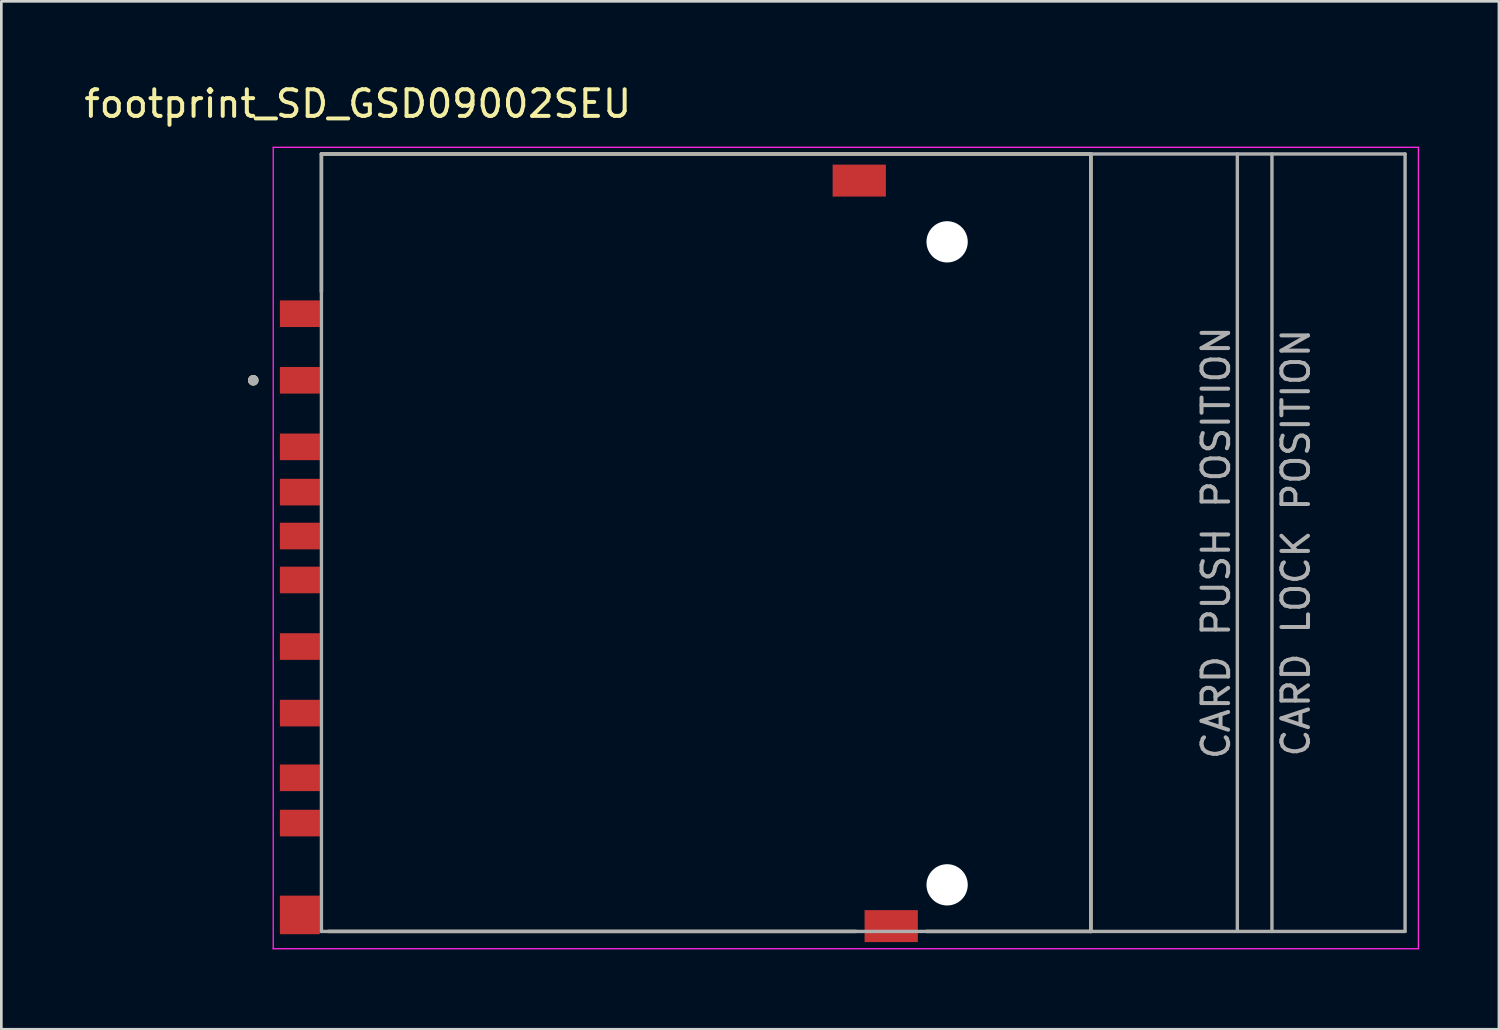
<source format=kicad_pcb>
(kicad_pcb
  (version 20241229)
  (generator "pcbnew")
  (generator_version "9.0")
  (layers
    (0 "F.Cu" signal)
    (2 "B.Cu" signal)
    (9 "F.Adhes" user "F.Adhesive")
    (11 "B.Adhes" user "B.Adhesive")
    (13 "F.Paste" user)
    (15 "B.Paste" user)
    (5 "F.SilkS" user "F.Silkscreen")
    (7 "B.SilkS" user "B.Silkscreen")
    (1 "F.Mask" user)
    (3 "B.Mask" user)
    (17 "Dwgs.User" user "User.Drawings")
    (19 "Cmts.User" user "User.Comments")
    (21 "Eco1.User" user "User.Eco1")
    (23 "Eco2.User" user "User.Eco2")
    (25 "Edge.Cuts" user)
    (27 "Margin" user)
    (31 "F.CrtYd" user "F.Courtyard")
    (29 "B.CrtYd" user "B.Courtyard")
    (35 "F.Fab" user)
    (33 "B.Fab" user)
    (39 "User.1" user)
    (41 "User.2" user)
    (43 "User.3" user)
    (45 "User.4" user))
  (footprint "footprint_SD_GSD09002SEU"
    (layer "F.Cu")
    (at 32.522 17.333)
    (property "Reference" "footprint_SD_GSD09002SEU" (at -22.135 -16.485 0) (layer "F.SilkS") (effects (font (size 1 1) (thickness 0.15))))
    (attr through_hole)
    (fp_line (start -23.5 -14.6) (end 5.4 -14.6) (stroke (width 0.127) (type solid)) (layer "F.SilkS"))
    (fp_line (start -23.5 -9.42) (end -23.5 -14.6) (stroke (width 0.127) (type solid)) (layer "F.SilkS"))
    (fp_line (start -23.24 14.6) (end -3.42 14.6) (stroke (width 0.127) (type solid)) (layer "F.SilkS"))
    (fp_line (start 5.4 -14.6) (end 5.4 14.6) (stroke (width 0.127) (type solid)) (layer "F.SilkS"))
    (fp_line (start 5.4 14.6) (end -0.78 14.6) (stroke (width 0.127) (type solid)) (layer "F.SilkS"))
    (fp_circle (center -26.06 -6.1) (end -25.96 -6.1) (stroke (width 0.2) (type solid)) (fill no) (layer "F.SilkS"))
    (fp_line (start -25.31 -14.85) (end -25.31 15.25) (stroke (width 0.05) (type solid)) (layer "F.CrtYd"))
    (fp_line (start -25.31 15.25) (end 17.7 15.25) (stroke (width 0.05) (type solid)) (layer "F.CrtYd"))
    (fp_line (start 17.7 -14.85) (end -25.31 -14.85) (stroke (width 0.05) (type solid)) (layer "F.CrtYd"))
    (fp_line (start 17.7 15.25) (end 17.7 -14.85) (stroke (width 0.05) (type solid)) (layer "F.CrtYd"))
    (fp_line (start -23.5 -14.6) (end 5.4 -14.6) (stroke (width 0.127) (type solid)) (layer "F.Fab"))
    (fp_line (start -23.5 14.6) (end -23.5 -14.6) (stroke (width 0.127) (type solid)) (layer "F.Fab"))
    (fp_line (start 5.4 -14.6) (end 5.4 14.6) (stroke (width 0.127) (type solid)) (layer "F.Fab"))
    (fp_line (start 5.4 14.6) (end -23.5 14.6) (stroke (width 0.127) (type solid)) (layer "F.Fab"))
    (fp_line (start 10.9 -14.6) (end 10.9 14.6) (stroke (width 0.127) (type solid)) (layer "F.Fab"))
    (fp_line (start 12.2 -14.6) (end 12.2 14.6) (stroke (width 0.127) (type solid)) (layer "F.Fab"))
    (fp_line (start 17.2 -14.6) (end 5.4 -14.6) (stroke (width 0.127) (type solid)) (layer "F.Fab"))
    (fp_line (start 17.2 -14.6) (end 17.2 14.6) (stroke (width 0.127) (type solid)) (layer "F.Fab"))
    (fp_line (start 17.2 14.6) (end 5.4 14.6) (stroke (width 0.127) (type solid)) (layer "F.Fab"))
    (fp_circle (center -26.06 -6.1) (end -25.96 -6.1) (stroke (width 0.2) (type solid)) (fill no) (layer "F.Fab"))
    (fp_text user "CARD LOCK POSITION" (at 13.1 0 90) (unlocked yes) (layer "F.Fab") (effects (font (size 1 1) (thickness 0.15))))
    (fp_text user "CARD PUSH POSITION" (at 10.1 0 90) (unlocked yes) (layer "F.Fab") (effects (font (size 1 1) (thickness 0.15))))
    (pad "" np_thru_hole circle (at 0 -11.3) (size 1.55 1.55) (drill 1.55) (layers "*.Cu" "*.Mask"))
    (pad "" np_thru_hole circle (at 0 12.85) (size 1.55 1.55) (drill 1.55) (layers "*.Cu" "*.Mask"))
    (pad "1" smd rect (at -24.31 -6.1) (size 1.5 1) (layers "F.Cu" "F.Mask" "F.Paste"))
    (pad "2" smd rect (at -24.31 -3.6) (size 1.5 1) (layers "F.Cu" "F.Mask" "F.Paste"))
    (pad "3" smd rect (at -24.31 -0.25) (size 1.5 1) (layers "F.Cu" "F.Mask" "F.Paste"))
    (pad "4" smd rect (at -24.31 1.4) (size 1.5 1) (layers "F.Cu" "F.Mask" "F.Paste"))
    (pad "5" smd rect (at -24.31 3.9) (size 1.5 1) (layers "F.Cu" "F.Mask" "F.Paste"))
    (pad "6" smd rect (at -24.31 6.4) (size 1.5 1) (layers "F.Cu" "F.Mask" "F.Paste"))
    (pad "7" smd rect (at -24.31 8.83) (size 1.5 1) (layers "F.Cu" "F.Mask" "F.Paste"))
    (pad "8" smd rect (at -24.31 10.53) (size 1.5 1) (layers "F.Cu" "F.Mask" "F.Paste"))
    (pad "9" smd rect (at -24.31 -8.6) (size 1.5 1) (layers "F.Cu" "F.Mask" "F.Paste"))
    (pad "10" smd rect (at -24.31 13.98) (size 1.5 1.45) (layers "F.Cu" "F.Mask" "F.Paste"))
    (pad "11" smd rect (at -24.31 -1.9) (size 1.5 1) (layers "F.Cu" "F.Mask" "F.Paste"))
    (pad "12" smd rect (at -2.1 14.4) (size 2 1.2) (layers "F.Cu" "F.Mask" "F.Paste"))
    (pad "13" smd rect (at -3.3 -13.6) (size 2 1.2) (layers "F.Cu" "F.Mask" "F.Paste"))
    (zone (net_name "") (layer "F.Cu") (hatch full 0.508) (connect_pads) (min_thickness 0.01) (filled_areas_thickness no) (keepout (tracks not_allowed) (vias not_allowed) (pads not_allowed) (copperpour not_allowed) (footprints allowed)) (placement (enabled no)) (fill) (polygon (pts (xy 10.722 7.333) (xy 18.722 7.333) (xy 18.722 29.333) (xy 10.722 29.333))))
    (zone (net_name "") (layers "F.Cu" "B.Cu") (hatch full 0.508) (connect_pads) (min_thickness 0.01) (filled_areas_thickness no) (keepout (tracks allowed) (vias not_allowed) (pads allowed) (copperpour allowed) (footprints allowed)) (placement (enabled no)) (fill) (polygon (pts (xy 10.722 7.333) (xy 18.722 7.333) (xy 18.722 29.333) (xy 10.722 29.333)))))
  (gr_rect
    (start -3 -3)
    (end 53.247 35.608)
    (stroke (width 0.1) (type default))
    (fill no)
    (layer "Edge.Cuts")))
</source>
